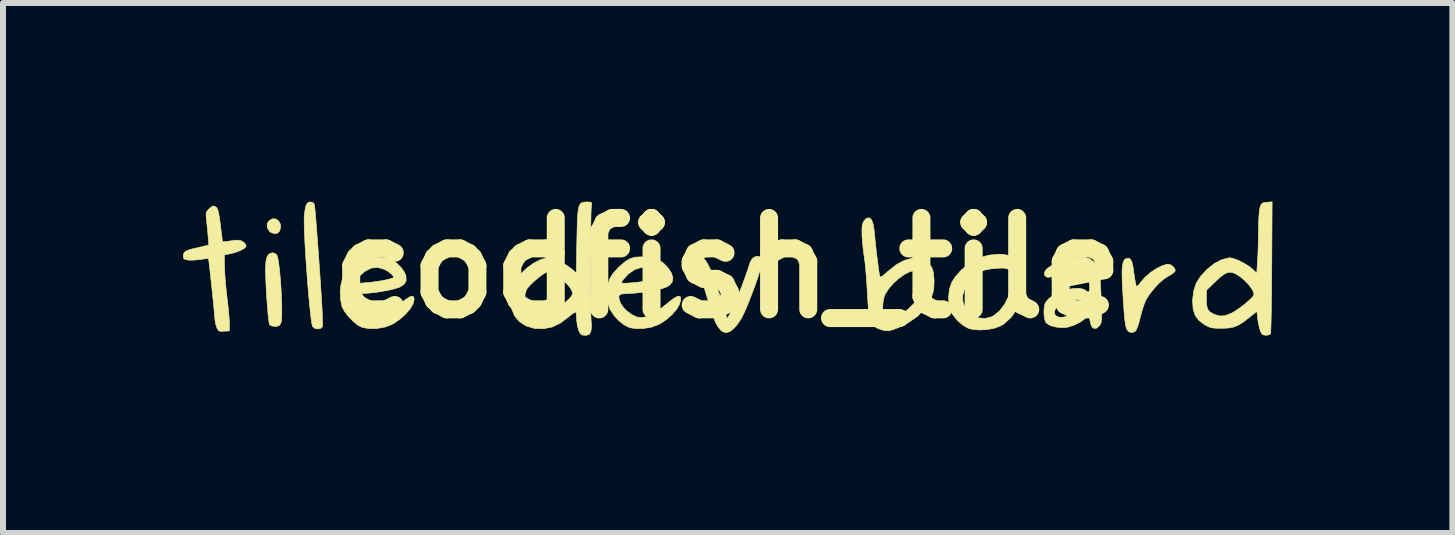
<source format=kicad_pcb>
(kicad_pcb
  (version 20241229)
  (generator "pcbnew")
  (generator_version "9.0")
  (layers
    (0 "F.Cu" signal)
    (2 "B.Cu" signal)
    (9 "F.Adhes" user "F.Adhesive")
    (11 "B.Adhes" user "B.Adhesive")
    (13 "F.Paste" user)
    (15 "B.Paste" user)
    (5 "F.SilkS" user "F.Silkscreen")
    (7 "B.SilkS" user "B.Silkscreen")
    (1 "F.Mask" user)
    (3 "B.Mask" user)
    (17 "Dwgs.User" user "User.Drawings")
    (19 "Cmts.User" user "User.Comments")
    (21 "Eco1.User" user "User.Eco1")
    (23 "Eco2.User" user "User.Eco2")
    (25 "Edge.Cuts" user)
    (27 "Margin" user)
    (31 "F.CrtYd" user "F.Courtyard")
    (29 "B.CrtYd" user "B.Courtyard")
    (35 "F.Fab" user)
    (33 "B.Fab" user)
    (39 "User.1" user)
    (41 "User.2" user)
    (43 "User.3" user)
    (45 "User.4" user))
  (footprint "codfish_tile"
    (layer "F.Cu")
    (at 9.082 1.418)
    (property "Reference" "codfish_tile" (at 0 0 0) (layer "F.SilkS") (effects (font (size 1.524 1.524) (thickness 0.3))))
    (attr through_hole)
    (fp_poly (pts (xy -7.533 -0.817) (xy -7.488 -0.786) (xy -7.459 -0.734) (xy -7.454 -0.67) (xy -7.473 -0.612) (xy -7.511 -0.579) (xy -7.566 -0.575) (xy -7.624 -0.599) (xy -7.641 -0.614) (xy -7.677 -0.674) (xy -7.678 -0.738) (xy -7.645 -0.79) (xy -7.588 -0.821) (xy -7.533 -0.817)) (stroke (width 0.01) (type solid)) (fill yes) (layer "F.SilkS"))
    (fp_poly (pts (xy -7.54 -0.239) (xy -7.516 -0.215) (xy -7.501 -0.167) (xy -7.487 -0.085) (xy -7.473 0.023) (xy -7.461 0.151) (xy -7.45 0.29) (xy -7.442 0.432) (xy -7.436 0.57) (xy -7.434 0.695) (xy -7.435 0.8) (xy -7.44 0.878) (xy -7.448 0.915) (xy -7.473 0.957) (xy -7.513 0.972) (xy -7.543 0.974) (xy -7.598 0.966) (xy -7.635 0.949) (xy -7.637 0.947) (xy -7.645 0.918) (xy -7.654 0.854) (xy -7.664 0.762) (xy -7.673 0.65) (xy -7.683 0.524) (xy -7.691 0.391) (xy -7.698 0.259) (xy -7.702 0.135) (xy -7.705 0.027) (xy -7.705 0.004) (xy -7.698 -0.113) (xy -7.678 -0.192) (xy -7.643 -0.238) (xy -7.591 -0.254) (xy -7.588 -0.254) (xy -7.54 -0.239)) (stroke (width 0.01) (type solid)) (fill yes) (layer "F.SilkS"))
    (fp_poly (pts (xy -6.908 -1.086) (xy -6.892 -1.064) (xy -6.887 -1.033) (xy -6.88 -0.964) (xy -6.871 -0.862) (xy -6.86 -0.731) (xy -6.848 -0.575) (xy -6.835 -0.399) (xy -6.821 -0.208) (xy -6.807 -0.006) (xy -6.793 0.204) (xy -6.779 0.415) (xy -6.771 0.542) (xy -6.763 0.67) (xy -6.758 0.785) (xy -6.756 0.88) (xy -6.756 0.948) (xy -6.758 0.981) (xy -6.759 0.981) (xy -6.789 1.009) (xy -6.838 1.016) (xy -6.888 1.004) (xy -6.921 0.974) (xy -6.931 0.937) (xy -6.943 0.864) (xy -6.956 0.759) (xy -6.969 0.628) (xy -6.984 0.478) (xy -6.998 0.313) (xy -7.011 0.14) (xy -7.024 -0.037) (xy -7.036 -0.211) (xy -7.046 -0.377) (xy -7.053 -0.529) (xy -7.059 -0.662) (xy -7.061 -0.77) (xy -7.06 -0.848) (xy -7.059 -0.868) (xy -7.046 -0.973) (xy -7.03 -1.042) (xy -7.008 -1.082) (xy -6.976 -1.099) (xy -6.954 -1.101) (xy -6.908 -1.086)) (stroke (width 0.01) (type solid)) (fill yes) (layer "F.SilkS"))
    (fp_poly (pts (xy 6.715 -0.146) (xy 6.738 -0.101) (xy 6.756 -0.024) (xy 6.772 0.085) (xy 6.785 0.175) (xy 6.798 0.248) (xy 6.81 0.295) (xy 6.815 0.307) (xy 6.836 0.297) (xy 6.869 0.261) (xy 6.89 0.232) (xy 6.958 0.154) (xy 7.045 0.078) (xy 7.142 0.013) (xy 7.237 -0.036) (xy 7.32 -0.062) (xy 7.344 -0.064) (xy 7.392 -0.049) (xy 7.435 -0.014) (xy 7.459 0.028) (xy 7.458 0.054) (xy 7.432 0.082) (xy 7.382 0.116) (xy 7.353 0.13) (xy 7.277 0.179) (xy 7.19 0.254) (xy 7.104 0.346) (xy 7.028 0.442) (xy 6.973 0.531) (xy 6.944 0.601) (xy 6.912 0.695) (xy 6.884 0.797) (xy 6.877 0.826) (xy 6.854 0.914) (xy 6.83 0.988) (xy 6.809 1.037) (xy 6.802 1.048) (xy 6.748 1.077) (xy 6.695 1.067) (xy 6.66 1.032) (xy 6.647 1.005) (xy 6.636 0.964) (xy 6.626 0.904) (xy 6.616 0.822) (xy 6.607 0.713) (xy 6.597 0.571) (xy 6.586 0.393) (xy 6.583 0.346) (xy 6.576 0.184) (xy 6.574 0.059) (xy 6.58 -0.033) (xy 6.593 -0.096) (xy 6.614 -0.137) (xy 6.643 -0.158) (xy 6.648 -0.159) (xy 6.686 -0.164) (xy 6.715 -0.146)) (stroke (width 0.01) (type solid)) (fill yes) (layer "F.SilkS"))
    (fp_poly (pts (xy 0.536 -0.187) (xy 0.559 -0.163) (xy 0.568 -0.121) (xy 0.562 -0.056) (xy 0.541 0.034) (xy 0.504 0.153) (xy 0.451 0.305) (xy 0.414 0.403) (xy 0.355 0.556) (xy 0.306 0.676) (xy 0.264 0.769) (xy 0.226 0.843) (xy 0.187 0.904) (xy 0.145 0.959) (xy 0.109 1) (xy 0.037 1.06) (xy -0.031 1.079) (xy -0.094 1.056) (xy -0.121 1.032) (xy -0.162 0.978) (xy -0.198 0.918) (xy -0.215 0.876) (xy -0.242 0.801) (xy -0.275 0.701) (xy -0.313 0.584) (xy -0.353 0.456) (xy -0.393 0.326) (xy -0.431 0.201) (xy -0.464 0.089) (xy -0.49 -0.004) (xy -0.507 -0.068) (xy -0.512 -0.093) (xy -0.505 -0.152) (xy -0.475 -0.182) (xy -0.429 -0.178) (xy -0.4 -0.158) (xy -0.367 -0.121) (xy -0.332 -0.065) (xy -0.294 0.011) (xy -0.251 0.112) (xy -0.204 0.241) (xy -0.15 0.402) (xy -0.087 0.596) (xy -0.016 0.828) (xy -0.014 0.834) (xy -0.002 0.832) (xy 0.021 0.795) (xy 0.055 0.73) (xy 0.096 0.642) (xy 0.141 0.536) (xy 0.19 0.418) (xy 0.239 0.294) (xy 0.285 0.169) (xy 0.328 0.049) (xy 0.363 -0.06) (xy 0.374 -0.095) (xy 0.407 -0.154) (xy 0.459 -0.19) (xy 0.516 -0.195) (xy 0.536 -0.187)) (stroke (width 0.01) (type solid)) (fill yes) (layer "F.SilkS"))
    (fp_poly (pts (xy 4.572 -0.228) (xy 4.711 -0.207) (xy 4.815 -0.166) (xy 4.887 -0.099) (xy 4.931 -0.004) (xy 4.951 0.123) (xy 4.953 0.181) (xy 4.937 0.363) (xy 4.891 0.535) (xy 4.818 0.691) (xy 4.723 0.825) (xy 4.608 0.929) (xy 4.542 0.968) (xy 4.438 1.006) (xy 4.313 1.028) (xy 4.183 1.033) (xy 4.066 1.02) (xy 4.011 1.005) (xy 3.917 0.951) (xy 3.825 0.87) (xy 3.75 0.774) (xy 3.725 0.73) (xy 3.691 0.621) (xy 3.682 0.494) (xy 3.685 0.459) (xy 3.917 0.459) (xy 3.921 0.561) (xy 3.956 0.655) (xy 4.016 0.735) (xy 4.096 0.796) (xy 4.189 0.833) (xy 4.291 0.841) (xy 4.396 0.815) (xy 4.433 0.796) (xy 4.534 0.714) (xy 4.621 0.598) (xy 4.69 0.456) (xy 4.738 0.296) (xy 4.752 0.21) (xy 4.759 0.141) (xy 4.755 0.099) (xy 4.737 0.07) (xy 4.706 0.043) (xy 4.672 0.019) (xy 4.635 0.006) (xy 4.585 0.001) (xy 4.508 0.004) (xy 4.475 0.006) (xy 4.386 0.015) (xy 4.305 0.029) (xy 4.248 0.046) (xy 4.243 0.049) (xy 4.182 0.091) (xy 4.11 0.156) (xy 4.039 0.232) (xy 3.98 0.306) (xy 3.95 0.353) (xy 3.917 0.459) (xy 3.685 0.459) (xy 3.695 0.363) (xy 3.732 0.247) (xy 3.733 0.243) (xy 3.792 0.15) (xy 3.879 0.05) (xy 3.985 -0.045) (xy 4.082 -0.114) (xy 4.213 -0.177) (xy 4.365 -0.216) (xy 4.523 -0.23) (xy 4.572 -0.228)) (stroke (width 0.01) (type solid)) (fill yes) (layer "F.SilkS"))
    (fp_poly (pts (xy -8.536 -1.019) (xy -8.524 -1.011) (xy -8.507 -0.985) (xy -8.491 -0.933) (xy -8.475 -0.849) (xy -8.458 -0.728) (xy -8.457 -0.716) (xy -8.445 -0.615) (xy -8.434 -0.529) (xy -8.427 -0.468) (xy -8.424 -0.44) (xy -8.424 -0.439) (xy -8.406 -0.437) (xy -8.358 -0.442) (xy -8.324 -0.447) (xy -8.25 -0.457) (xy -8.185 -0.464) (xy -8.167 -0.464) (xy -8.109 -0.453) (xy -8.06 -0.423) (xy -8.033 -0.385) (xy -8.033 -0.356) (xy -8.063 -0.324) (xy -8.125 -0.291) (xy -8.206 -0.26) (xy -8.297 -0.237) (xy -8.308 -0.235) (xy -8.393 -0.22) (xy -8.388 0.001) (xy -8.383 0.112) (xy -8.373 0.248) (xy -8.359 0.389) (xy -8.346 0.508) (xy -8.331 0.627) (xy -8.32 0.743) (xy -8.311 0.844) (xy -8.308 0.917) (xy -8.308 0.921) (xy -8.308 1.048) (xy -8.398 1.054) (xy -8.457 1.056) (xy -8.489 1.043) (xy -8.511 1.007) (xy -8.52 0.986) (xy -8.542 0.911) (xy -8.551 0.834) (xy -8.551 0.831) (xy -8.554 0.797) (xy -8.56 0.73) (xy -8.569 0.636) (xy -8.58 0.524) (xy -8.593 0.4) (xy -8.606 0.273) (xy -8.62 0.149) (xy -8.632 0.037) (xy -8.643 -0.057) (xy -8.651 -0.125) (xy -8.656 -0.159) (xy -8.657 -0.161) (xy -8.676 -0.159) (xy -8.725 -0.152) (xy -8.778 -0.144) (xy -8.863 -0.134) (xy -8.947 -0.13) (xy -8.984 -0.131) (xy -9.041 -0.14) (xy -9.068 -0.159) (xy -9.077 -0.186) (xy -9.073 -0.238) (xy -9.041 -0.276) (xy -8.975 -0.305) (xy -8.926 -0.318) (xy -8.843 -0.337) (xy -8.762 -0.356) (xy -8.734 -0.363) (xy -8.651 -0.384) (xy -8.664 -0.547) (xy -8.673 -0.644) (xy -8.683 -0.743) (xy -8.691 -0.818) (xy -8.697 -0.886) (xy -8.691 -0.929) (xy -8.668 -0.964) (xy -8.65 -0.982) (xy -8.604 -1.023) (xy -8.571 -1.035) (xy -8.536 -1.019)) (stroke (width 0.01) (type solid)) (fill yes) (layer "F.SilkS"))
    (fp_poly (pts (xy -1.376 -0.181) (xy -1.25 -0.163) (xy -1.153 -0.133) (xy -1.075 -0.084) (xy -1.006 -0.016) (xy -0.94 0.079) (xy -0.913 0.163) (xy -0.926 0.235) (xy -0.978 0.293) (xy -1.025 0.319) (xy -1.101 0.345) (xy -1.207 0.37) (xy -1.329 0.393) (xy -1.456 0.41) (xy -1.574 0.421) (xy -1.64 0.424) (xy -1.714 0.427) (xy -1.772 0.435) (xy -1.798 0.443) (xy -1.816 0.477) (xy -1.809 0.532) (xy -1.78 0.598) (xy -1.732 0.666) (xy -1.692 0.708) (xy -1.6 0.778) (xy -1.512 0.818) (xy -1.421 0.826) (xy -1.322 0.802) (xy -1.212 0.744) (xy -1.085 0.653) (xy -1.027 0.606) (xy -0.933 0.531) (xy -0.864 0.485) (xy -0.818 0.468) (xy -0.792 0.479) (xy -0.783 0.517) (xy -0.783 0.524) (xy -0.802 0.602) (xy -0.852 0.689) (xy -0.929 0.778) (xy -1.024 0.861) (xy -1.131 0.931) (xy -1.161 0.946) (xy -1.272 0.986) (xy -1.4 1.008) (xy -1.527 1.011) (xy -1.637 0.994) (xy -1.646 0.99) (xy -1.729 0.947) (xy -1.816 0.877) (xy -1.896 0.791) (xy -1.955 0.701) (xy -1.961 0.689) (xy -1.991 0.608) (xy -2.007 0.522) (xy -2.011 0.425) (xy -2.002 0.298) (xy -1.986 0.239) (xy -1.769 0.239) (xy -1.764 0.25) (xy -1.737 0.254) (xy -1.682 0.253) (xy -1.595 0.246) (xy -1.489 0.236) (xy -1.379 0.221) (xy -1.287 0.206) (xy -1.274 0.203) (xy -1.203 0.186) (xy -1.149 0.17) (xy -1.126 0.159) (xy -1.13 0.137) (xy -1.161 0.102) (xy -1.208 0.062) (xy -1.261 0.025) (xy -1.31 -0.001) (xy -1.329 -0.006) (xy -1.443 -0.008) (xy -1.555 0.028) (xy -1.655 0.098) (xy -1.706 0.152) (xy -1.747 0.199) (xy -1.761 0.22) (xy -1.769 0.239) (xy -1.986 0.239) (xy -1.973 0.193) (xy -1.918 0.098) (xy -1.83 0.000287) (xy -1.809 -0.02) (xy -1.715 -0.102) (xy -1.631 -0.154) (xy -1.547 -0.18) (xy -1.447 -0.186) (xy -1.376 -0.181)) (stroke (width 0.01) (type solid)) (fill yes) (layer "F.SilkS"))
    (fp_poly (pts (xy -5.764 -0.175) (xy -5.659 -0.154) (xy -5.587 -0.126) (xy -5.511 -0.074) (xy -5.44 -0.002) (xy -5.387 0.075) (xy -5.365 0.13) (xy -5.361 0.209) (xy -5.391 0.268) (xy -5.46 0.314) (xy -5.47 0.319) (xy -5.545 0.344) (xy -5.649 0.369) (xy -5.771 0.392) (xy -5.895 0.41) (xy -6.011 0.421) (xy -6.078 0.423) (xy -6.17 0.426) (xy -6.227 0.437) (xy -6.256 0.459) (xy -6.265 0.493) (xy -6.265 0.497) (xy -6.247 0.568) (xy -6.197 0.645) (xy -6.126 0.716) (xy -6.043 0.775) (xy -5.957 0.813) (xy -5.921 0.82) (xy -5.84 0.819) (xy -5.757 0.797) (xy -5.665 0.75) (xy -5.558 0.675) (xy -5.472 0.606) (xy -5.378 0.531) (xy -5.31 0.486) (xy -5.264 0.469) (xy -5.238 0.479) (xy -5.228 0.516) (xy -5.228 0.526) (xy -5.246 0.598) (xy -5.295 0.681) (xy -5.369 0.767) (xy -5.46 0.85) (xy -5.561 0.92) (xy -5.605 0.944) (xy -5.722 0.987) (xy -5.855 1.009) (xy -5.988 1.01) (xy -6.096 0.989) (xy -6.167 0.952) (xy -6.247 0.887) (xy -6.324 0.807) (xy -6.389 0.723) (xy -6.429 0.647) (xy -6.432 0.637) (xy -6.454 0.526) (xy -6.46 0.405) (xy -6.45 0.291) (xy -6.437 0.239) (xy -6.214 0.239) (xy -6.209 0.25) (xy -6.182 0.254) (xy -6.127 0.253) (xy -6.04 0.246) (xy -5.934 0.236) (xy -5.824 0.221) (xy -5.732 0.206) (xy -5.719 0.203) (xy -5.648 0.186) (xy -5.595 0.171) (xy -5.573 0.161) (xy -5.574 0.137) (xy -5.605 0.1) (xy -5.658 0.06) (xy -5.725 0.022) (xy -5.833 -0.009) (xy -5.941 0.001) (xy -6.045 0.053) (xy -6.1 0.098) (xy -6.151 0.152) (xy -6.192 0.2) (xy -6.206 0.22) (xy -6.214 0.239) (xy -6.437 0.239) (xy -6.426 0.196) (xy -6.418 0.177) (xy -6.37 0.106) (xy -6.299 0.025) (xy -6.215 -0.053) (xy -6.132 -0.119) (xy -6.061 -0.162) (xy -6.059 -0.162) (xy -5.98 -0.181) (xy -5.876 -0.185) (xy -5.764 -0.175)) (stroke (width 0.01) (type solid)) (fill yes) (layer "F.SilkS"))
    (fp_poly (pts (xy 2.397 -0.805) (xy 2.424 -0.734) (xy 2.442 -0.622) (xy 2.444 -0.598) (xy 2.453 -0.509) (xy 2.464 -0.401) (xy 2.477 -0.281) (xy 2.492 -0.161) (xy 2.506 -0.05) (xy 2.518 0.042) (xy 2.528 0.106) (xy 2.531 0.123) (xy 2.538 0.145) (xy 2.551 0.15) (xy 2.578 0.135) (xy 2.623 0.098) (xy 2.673 0.054) (xy 2.815 -0.058) (xy 2.951 -0.13) (xy 3.077 -0.165) (xy 3.193 -0.159) (xy 3.275 -0.128) (xy 3.351 -0.075) (xy 3.401 -0.011) (xy 3.429 0.073) (xy 3.439 0.187) (xy 3.44 0.222) (xy 3.437 0.319) (xy 3.426 0.393) (xy 3.404 0.463) (xy 3.374 0.529) (xy 3.282 0.681) (xy 3.161 0.808) (xy 3.005 0.914) (xy 2.936 0.951) (xy 2.829 1) (xy 2.75 1.03) (xy 2.689 1.045) (xy 2.635 1.045) (xy 2.593 1.038) (xy 2.504 1.008) (xy 2.429 0.966) (xy 2.38 0.92) (xy 2.371 0.904) (xy 2.364 0.869) (xy 2.356 0.799) (xy 2.347 0.701) (xy 2.344 0.66) (xy 2.583 0.66) (xy 2.588 0.745) (xy 2.604 0.804) (xy 2.604 0.806) (xy 2.644 0.839) (xy 2.71 0.844) (xy 2.795 0.821) (xy 2.874 0.782) (xy 3.003 0.692) (xy 3.109 0.587) (xy 3.188 0.471) (xy 3.237 0.352) (xy 3.254 0.236) (xy 3.234 0.127) (xy 3.23 0.119) (xy 3.204 0.069) (xy 3.173 0.047) (xy 3.12 0.042) (xy 3.04 0.059) (xy 2.948 0.106) (xy 2.852 0.174) (xy 2.761 0.256) (xy 2.683 0.346) (xy 2.626 0.435) (xy 2.608 0.481) (xy 2.59 0.567) (xy 2.583 0.66) (xy 2.344 0.66) (xy 2.338 0.583) (xy 2.33 0.452) (xy 2.329 0.433) (xy 2.321 0.293) (xy 2.312 0.158) (xy 2.302 0.038) (xy 2.293 -0.059) (xy 2.285 -0.123) (xy 2.285 -0.124) (xy 2.264 -0.273) (xy 2.248 -0.415) (xy 2.239 -0.541) (xy 2.238 -0.645) (xy 2.243 -0.717) (xy 2.246 -0.73) (xy 2.272 -0.786) (xy 2.308 -0.826) (xy 2.312 -0.828) (xy 2.359 -0.837) (xy 2.397 -0.805)) (stroke (width 0.01) (type solid)) (fill yes) (layer "F.SilkS"))
    (fp_poly (pts (xy 6.045 -0.15) (xy 6.119 -0.084) (xy 6.162 -0.016) (xy 6.179 0.021) (xy 6.191 0.061) (xy 6.201 0.114) (xy 6.209 0.184) (xy 6.215 0.28) (xy 6.222 0.408) (xy 6.225 0.487) (xy 6.23 0.63) (xy 6.233 0.738) (xy 6.234 0.815) (xy 6.231 0.869) (xy 6.225 0.906) (xy 6.216 0.932) (xy 6.204 0.953) (xy 6.155 1.001) (xy 6.109 1.009) (xy 6.076 0.986) (xy 6.057 0.945) (xy 6.041 0.884) (xy 6.038 0.868) (xy 6.027 0.781) (xy 5.971 0.833) (xy 5.88 0.9) (xy 5.771 0.954) (xy 5.661 0.988) (xy 5.594 0.995) (xy 5.476 0.985) (xy 5.38 0.96) (xy 5.315 0.919) (xy 5.303 0.905) (xy 5.283 0.851) (xy 5.273 0.773) (xy 5.273 0.719) (xy 5.448 0.719) (xy 5.451 0.769) (xy 5.474 0.798) (xy 5.529 0.822) (xy 5.601 0.819) (xy 5.697 0.791) (xy 5.709 0.787) (xy 5.778 0.753) (xy 5.845 0.708) (xy 5.902 0.66) (xy 5.942 0.615) (xy 5.957 0.579) (xy 5.952 0.568) (xy 5.907 0.544) (xy 5.835 0.529) (xy 5.753 0.524) (xy 5.674 0.531) (xy 5.666 0.533) (xy 5.588 0.562) (xy 5.523 0.608) (xy 5.474 0.663) (xy 5.448 0.719) (xy 5.273 0.719) (xy 5.273 0.688) (xy 5.285 0.612) (xy 5.298 0.577) (xy 5.353 0.511) (xy 5.436 0.452) (xy 5.538 0.402) (xy 5.648 0.364) (xy 5.757 0.342) (xy 5.856 0.338) (xy 5.935 0.355) (xy 5.96 0.37) (xy 5.997 0.394) (xy 6.017 0.401) (xy 6.029 0.383) (xy 6.034 0.336) (xy 6.032 0.27) (xy 6.024 0.198) (xy 6.012 0.132) (xy 5.995 0.085) (xy 5.96 0.034) (xy 5.911 0.008) (xy 5.843 0.006) (xy 5.75 0.026) (xy 5.669 0.053) (xy 5.548 0.095) (xy 5.46 0.125) (xy 5.399 0.144) (xy 5.359 0.154) (xy 5.334 0.155) (xy 5.316 0.149) (xy 5.303 0.141) (xy 5.28 0.114) (xy 5.284 0.074) (xy 5.29 0.056) (xy 5.323 0.012) (xy 5.389 -0.034) (xy 5.491 -0.08) (xy 5.631 -0.13) (xy 5.693 -0.149) (xy 5.835 -0.181) (xy 5.951 -0.182) (xy 6.045 -0.15)) (stroke (width 0.01) (type solid)) (fill yes) (layer "F.SilkS"))
    (fp_poly (pts (xy 9.07 -0.013) (xy 9.068 0.198) (xy 9.067 0.397) (xy 9.064 0.579) (xy 9.062 0.74) (xy 9.059 0.876) (xy 9.056 0.984) (xy 9.053 1.058) (xy 9.05 1.096) (xy 9.05 1.099) (xy 9.02 1.115) (xy 8.972 1.122) (xy 8.924 1.114) (xy 8.894 1.081) (xy 8.881 1.053) (xy 8.863 0.994) (xy 8.846 0.913) (xy 8.837 0.852) (xy 8.822 0.721) (xy 8.704 0.817) (xy 8.602 0.896) (xy 8.517 0.95) (xy 8.439 0.983) (xy 8.354 1) (xy 8.252 1.005) (xy 8.232 1.005) (xy 8.139 1.004) (xy 8.075 0.998) (xy 8.024 0.983) (xy 7.973 0.957) (xy 7.946 0.942) (xy 7.853 0.871) (xy 7.792 0.787) (xy 7.759 0.683) (xy 7.751 0.552) (xy 7.752 0.519) (xy 7.77 0.374) (xy 7.772 0.371) (xy 7.98 0.371) (xy 7.98 0.523) (xy 7.984 0.618) (xy 8 0.683) (xy 8.034 0.728) (xy 8.091 0.763) (xy 8.116 0.775) (xy 8.207 0.8) (xy 8.296 0.794) (xy 8.398 0.754) (xy 8.4 0.753) (xy 8.466 0.714) (xy 8.543 0.661) (xy 8.621 0.601) (xy 8.691 0.541) (xy 8.744 0.49) (xy 8.771 0.454) (xy 8.772 0.453) (xy 8.769 0.407) (xy 8.737 0.346) (xy 8.684 0.276) (xy 8.617 0.205) (xy 8.541 0.143) (xy 8.464 0.095) (xy 8.457 0.092) (xy 8.4 0.071) (xy 8.346 0.072) (xy 8.287 0.096) (xy 8.217 0.147) (xy 8.128 0.228) (xy 7.98 0.371) (xy 7.772 0.371) (xy 7.812 0.252) (xy 7.883 0.139) (xy 7.988 0.026) (xy 7.998 0.017) (xy 8.117 -0.077) (xy 8.238 -0.139) (xy 8.352 -0.168) (xy 8.38 -0.169) (xy 8.438 -0.157) (xy 8.516 -0.126) (xy 8.602 -0.082) (xy 8.684 -0.032) (xy 8.748 0.018) (xy 8.754 0.023) (xy 8.82 0.087) (xy 8.834 -0.121) (xy 8.839 -0.223) (xy 8.844 -0.352) (xy 8.847 -0.491) (xy 8.849 -0.625) (xy 8.849 -0.635) (xy 8.851 -0.762) (xy 8.857 -0.874) (xy 8.865 -0.96) (xy 8.875 -1.014) (xy 8.875 -1.016) (xy 8.896 -1.064) (xy 8.926 -1.087) (xy 8.98 -1.096) (xy 8.988 -1.096) (xy 9.076 -1.103) (xy 9.07 -0.013)) (stroke (width 0.01) (type solid)) (fill yes) (layer "F.SilkS"))
    (fp_poly (pts (xy -2.292 -1.099) (xy -2.269 -1.088) (xy -2.269 -1.057) (xy -2.273 -1.032) (xy -2.276 -0.993) (xy -2.279 -0.917) (xy -2.281 -0.81) (xy -2.283 -0.677) (xy -2.285 -0.524) (xy -2.286 -0.357) (xy -2.287 -0.18) (xy -2.287 0.000282) (xy -2.287 0.179) (xy -2.286 0.349) (xy -2.285 0.507) (xy -2.283 0.646) (xy -2.281 0.761) (xy -2.279 0.846) (xy -2.276 0.896) (xy -2.275 0.9) (xy -2.271 0.979) (xy -2.279 1.047) (xy -2.284 1.064) (xy -2.308 1.105) (xy -2.348 1.12) (xy -2.378 1.122) (xy -2.426 1.117) (xy -2.456 1.096) (xy -2.481 1.047) (xy -2.485 1.037) (xy -2.506 0.96) (xy -2.518 0.873) (xy -2.519 0.85) (xy -2.521 0.787) (xy -2.528 0.744) (xy -2.532 0.735) (xy -2.553 0.741) (xy -2.596 0.769) (xy -2.652 0.815) (xy -2.654 0.816) (xy -2.789 0.918) (xy -2.922 0.982) (xy -3.061 1.011) (xy -3.075 1.012) (xy -3.227 1.006) (xy -3.36 0.966) (xy -3.47 0.896) (xy -3.552 0.799) (xy -3.603 0.678) (xy -3.619 0.549) (xy -3.617 0.53) (xy -3.386 0.53) (xy -3.378 0.623) (xy -3.366 0.666) (xy -3.33 0.712) (xy -3.268 0.755) (xy -3.192 0.788) (xy -3.118 0.804) (xy -3.11 0.804) (xy -3.061 0.795) (xy -2.994 0.771) (xy -2.948 0.75) (xy -2.879 0.709) (xy -2.797 0.649) (xy -2.717 0.584) (xy -2.708 0.575) (xy -2.642 0.512) (xy -2.604 0.469) (xy -2.588 0.436) (xy -2.588 0.406) (xy -2.589 0.401) (xy -2.62 0.338) (xy -2.678 0.267) (xy -2.755 0.196) (xy -2.838 0.133) (xy -2.92 0.087) (xy -2.988 0.064) (xy -3.001 0.064) (xy -3.038 0.078) (xy -3.095 0.114) (xy -3.164 0.167) (xy -3.233 0.226) (xy -3.295 0.286) (xy -3.34 0.337) (xy -3.354 0.359) (xy -3.378 0.435) (xy -3.386 0.53) (xy -3.617 0.53) (xy -3.609 0.454) (xy -3.58 0.344) (xy -3.539 0.237) (xy -3.504 0.171) (xy -3.432 0.079) (xy -3.338 -0.008) (xy -3.233 -0.082) (xy -3.127 -0.137) (xy -3.03 -0.166) (xy -2.995 -0.169) (xy -2.93 -0.157) (xy -2.845 -0.126) (xy -2.752 -0.082) (xy -2.664 -0.03) (xy -2.599 0.018) (xy -2.524 0.084) (xy -2.515 -0.453) (xy -2.511 -0.635) (xy -2.507 -0.78) (xy -2.501 -0.891) (xy -2.491 -0.973) (xy -2.478 -1.03) (xy -2.458 -1.067) (xy -2.433 -1.088) (xy -2.399 -1.098) (xy -2.357 -1.101) (xy -2.347 -1.101) (xy -2.292 -1.099)) (stroke (width 0.01) (type solid)) (fill yes) (layer "F.SilkS")))
  (gr_rect
    (start -3 -3)
    (end 21.163 5.836)
    (stroke (width 0.1) (type default))
    (fill no)
    (layer "Edge.Cuts")))
</source>
